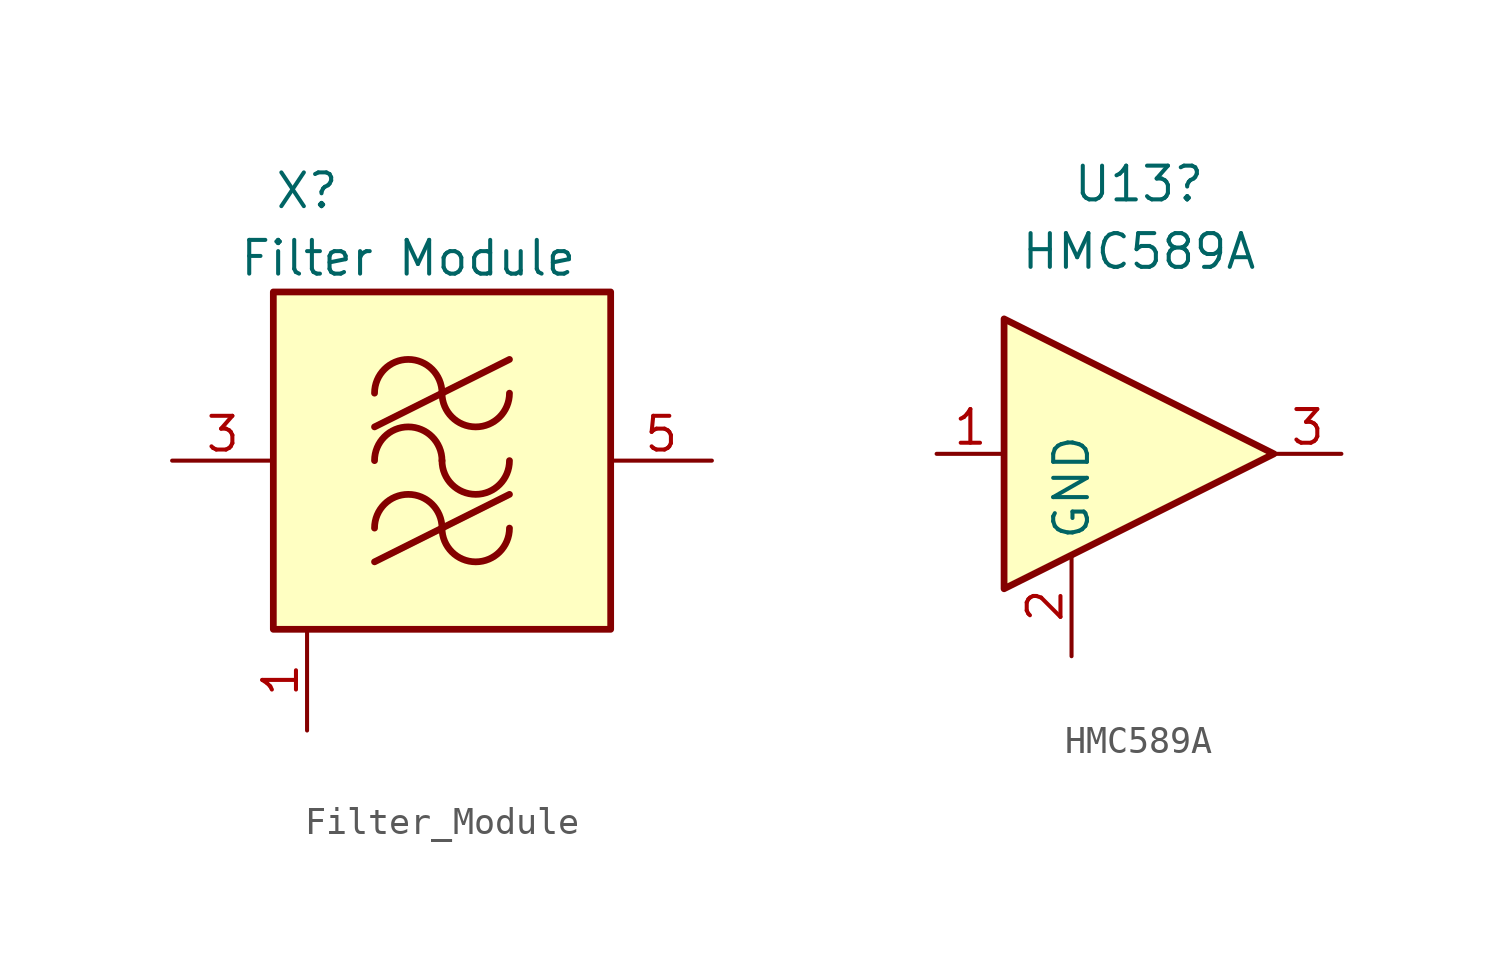
<source format=kicad_sym>
(kicad_symbol_lib
  (version 20231120)
  (generator "kicad_symbol_editor")
  (generator_version "8.0")
  (symbol "Filter_Module"
    (pin_names hide)
    (property "Reference" "X"
      (at -5.08 10.16 0)
      (effects (font (size 1.27 1.27))))
    (property "Value" "Filter Module"
      (at -1.27 7.62 0)
      (effects (font (size 1.27 1.27))))
    (symbol "Filter_Module_1_1"
      (rectangle (start -6.35 6.35) (end 6.35 -6.35) (stroke (width 0.254) (type default)) (fill (type background)))
      (arc (start 0 -2.54) (mid -1.27 -1.2755) (end -2.54 -2.54) (stroke (width 0.254) (type default)) (fill (type none)))
      (arc (start 0 -2.54) (mid 1.27 -3.8045) (end 2.54 -2.54) (stroke (width 0.254) (type default)) (fill (type none)))
      (arc (start 0 0) (mid -1.27 1.2645) (end -2.54 0) (stroke (width 0.254) (type default)) (fill (type none)))
      (polyline (pts (xy -2.54 -3.81) (xy 2.54 -1.27)) (stroke (width 0.254) (type default)) (fill (type none)))
      (polyline (pts (xy -2.54 1.27) (xy 2.54 3.81)) (stroke (width 0.254) (type default)) (fill (type none)))
      (arc (start 0 0) (mid 1.27 -1.2645) (end 2.54 0) (stroke (width 0.254) (type default)) (fill (type none)))
      (arc (start 0 2.54) (mid -1.27 3.8045) (end -2.54 2.54) (stroke (width 0.254) (type default)) (fill (type none)))
      (arc (start 0 2.54) (mid 1.27 1.2755) (end 2.54 2.54) (stroke (width 0.254) (type default)) (fill (type none)))
      (pin power_in line (at -5.08 -10.16 90) (length 3.81) (name "GND" (effects (font (size 1.27 1.27)))) (number "1" (effects (font (size 1.27 1.27)))))
      (pin passive line (at -5.08 -10.16 90) (length 3.81) hide (name "GND" (effects (font (size 1.27 1.27)))) (number "2" (effects (font (size 1.27 1.27)))))
      (pin input line (at -10.16 0 0) (length 3.81) (name "IN" (effects (font (size 1.27 1.27)))) (number "3" (effects (font (size 1.27 1.27)))))
      (pin passive line (at -10.16 0 0) (length 3.81) hide (name "IN" (effects (font (size 1.27 1.27)))) (number "4" (effects (font (size 1.27 1.27)))))
      (pin output line (at 10.16 0 180) (length 3.81) (name "OUT" (effects (font (size 1.27 1.27)))) (number "5" (effects (font (size 1.27 1.27)))))
      (pin passive line (at 10.16 0 180) (length 3.81) hide (name "OUT" (effects (font (size 1.27 1.27)))) (number "6" (effects (font (size 1.27 1.27)))))
      (pin passive line (at -5.08 -10.16 90) (length 3.81) hide (name "GND" (effects (font (size 1.27 1.27)))) (number "7" (effects (font (size 1.27 1.27)))))
      (pin passive line (at -5.08 -10.16 90) (length 3.81) hide (name "GND" (effects (font (size 1.27 1.27)))) (number "8" (effects (font (size 1.27 1.27)))))))
  (symbol "HMC589A"
    (property "Reference" "U13"
      (at 0 10.16 0)
      (effects (font (size 1.27 1.27))))
    (property "Value" "HMC589A"
      (at 0 7.62 0)
      (effects (font (size 1.27 1.27))))
    (symbol "HMC589A_0_1"
      (polyline (pts (xy 5.08 0) (xy -5.08 5.08) (xy -5.08 -5.08) (xy 5.08 0)) (stroke (width 0.254) (type default)) (fill (type background))))
    (symbol "HMC589A_1_1"
      (pin input line (at -7.62 0 0) (length 2.54) (name "~" (effects (font (size 1.27 1.27)))) (number "1" (effects (font (size 1.27 1.27)))))
      (pin power_in line (at -2.54 -7.62 90) (length 3.81) (name "GND" (effects (font (size 1.27 1.27)))) (number "2" (effects (font (size 1.27 1.27)))))
      (pin output line (at 7.62 0 180) (length 2.54) (name "~" (effects (font (size 1.27 1.27)))) (number "3" (effects (font (size 1.27 1.27))))))))
</source>
